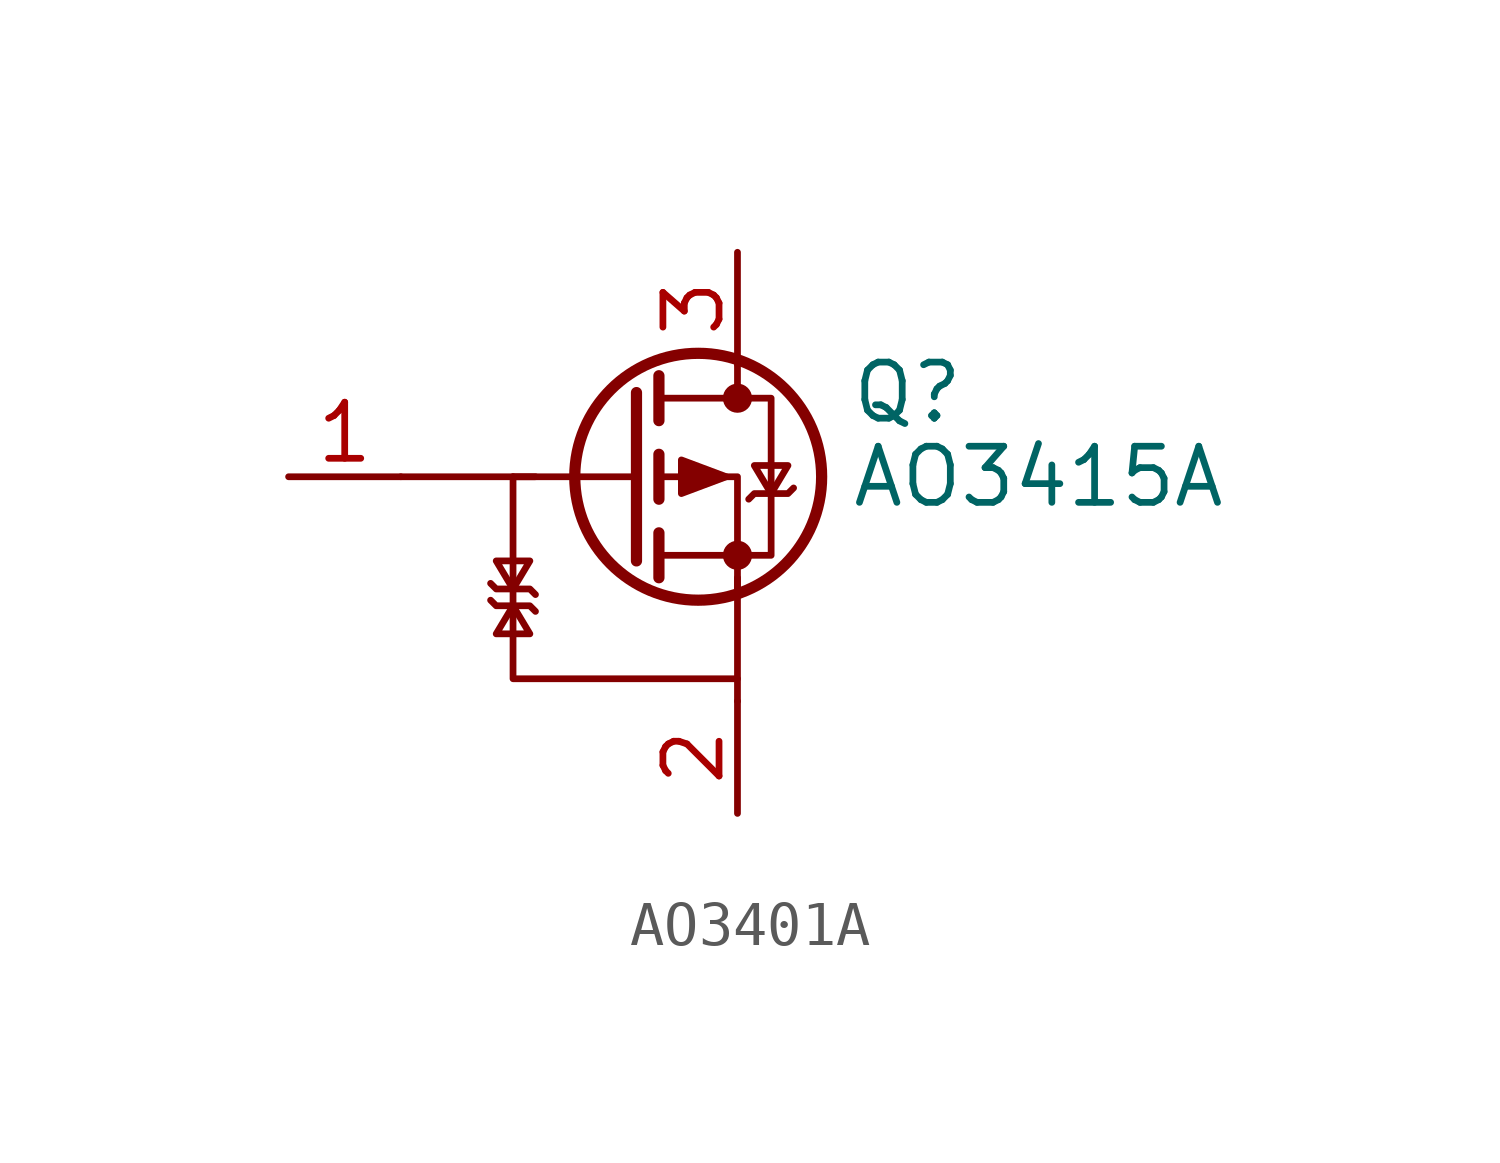
<source format=kicad_sym>
(kicad_symbol_lib
  (version 20220914)
  (generator kicad_symbol_editor)
  (symbol "AO3401A"
    (pin_names hide)
    (property "Reference" "Q"
      (at 5.08 1.905 0)
      (effects (font (size 1.27 1.27)) (justify left)))
    (property "Value" "AO3415A"
      (at 5.08 0 0)
      (effects (font (size 1.27 1.27)) (justify left)))
    (symbol "AO3401A_0_1"
      (polyline (pts (xy 0.254 0) (xy -2.54 0)) (stroke (width 0) (type default)) (fill (type none)))
      (polyline (pts (xy 0.254 1.905) (xy 0.254 -1.905)) (stroke (width 0.254) (type default)) (fill (type none)))
      (polyline (pts (xy 0.762 -1.27) (xy 0.762 -2.286)) (stroke (width 0.254) (type default)) (fill (type none)))
      (polyline (pts (xy 0.762 0.508) (xy 0.762 -0.508)) (stroke (width 0.254) (type default)) (fill (type none)))
      (polyline (pts (xy 0.762 2.286) (xy 0.762 1.27)) (stroke (width 0.254) (type default)) (fill (type none)))
      (polyline (pts (xy 2.54 -5.08) (xy 2.54 -2.286)) (stroke (width 0) (type default)) (fill (type none)))
      (polyline (pts (xy 2.54 2.54) (xy 2.54 1.778)) (stroke (width 0) (type default)) (fill (type none)))
      (polyline (pts (xy -5.08 0) (xy -2.54 0) (xy -2.032 0)) (stroke (width 0) (type default)) (fill (type none)))
      (polyline (pts (xy -2.54 0) (xy -2.54 -4.572) (xy 2.54 -4.572)) (stroke (width 0) (type default)) (fill (type none)))
      (polyline (pts (xy 2.54 -2.54) (xy 2.54 0) (xy 0.762 0)) (stroke (width 0) (type default)) (fill (type none)))
      (polyline (pts (xy -3.048 -2.794) (xy -2.921 -2.921) (xy -2.159 -2.921) (xy -2.032 -3.048)) (stroke (width 0) (type default)) (fill (type none)))
      (polyline (pts (xy -2.54 -2.921) (xy -2.921 -3.556) (xy -2.159 -3.556) (xy -2.54 -2.921)) (stroke (width 0) (type default)) (fill (type none)))
      (polyline (pts (xy -2.54 -2.54) (xy -2.159 -1.905) (xy -2.921 -1.905) (xy -2.54 -2.54)) (stroke (width 0) (type default)) (fill (type none)))
      (polyline (pts (xy -2.032 -2.667) (xy -2.159 -2.54) (xy -2.921 -2.54) (xy -3.048 -2.413)) (stroke (width 0) (type default)) (fill (type none)))
      (polyline (pts (xy 0.762 1.778) (xy 3.302 1.778) (xy 3.302 -1.778) (xy 0.762 -1.778)) (stroke (width 0) (type default)) (fill (type none)))
      (polyline (pts (xy 2.286 0) (xy 1.27 0.381) (xy 1.27 -0.381) (xy 2.286 0)) (stroke (width 0) (type default)) (fill (type outline)))
      (polyline (pts (xy 2.794 -0.508) (xy 2.921 -0.381) (xy 3.683 -0.381) (xy 3.81 -0.254)) (stroke (width 0) (type default)) (fill (type none)))
      (polyline (pts (xy 3.302 -0.381) (xy 2.921 0.254) (xy 3.683 0.254) (xy 3.302 -0.381)) (stroke (width 0) (type default)) (fill (type none)))
      (circle (center 1.651 0) (radius 2.794) (stroke (width 0.254) (type default)) (fill (type none)))
      (circle (center 2.54 -1.778) (radius 0.254) (stroke (width 0) (type default)) (fill (type outline)))
      (circle (center 2.54 1.778) (radius 0.254) (stroke (width 0) (type default)) (fill (type outline))))
    (symbol "AO3401A_1_1"
      (pin input line (at -7.62 0 0) (length 2.54) (name "G" (effects (font (size 1.27 1.27)))) (number "1" (effects (font (size 1.27 1.27)))))
      (pin passive line (at 2.54 -7.62 90) (length 2.54) (name "S" (effects (font (size 1.27 1.27)))) (number "2" (effects (font (size 1.27 1.27)))))
      (pin passive line (at 2.54 5.08 270) (length 2.54) (name "D" (effects (font (size 1.27 1.27)))) (number "3" (effects (font (size 1.27 1.27))))))))
</source>
